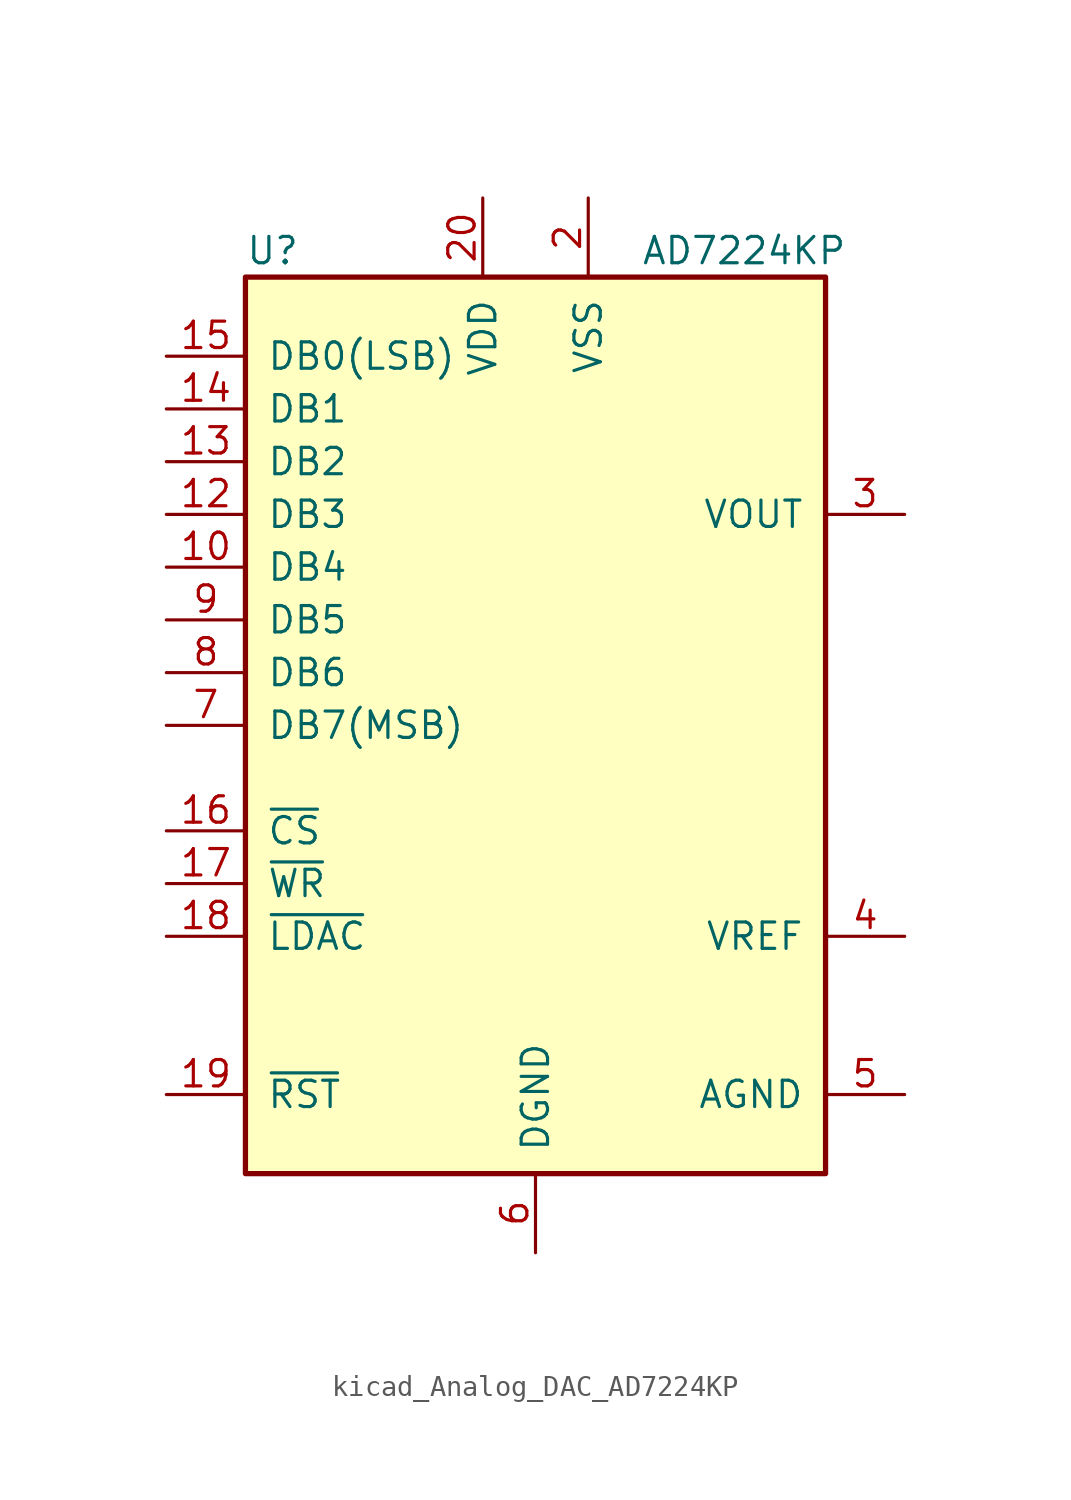
<source format=kicad_sym>
(kicad_symbol_lib
  (version 20220914)
  (generator kicad_symbol_editor)
  (symbol "kicad_Analog_DAC_AD7224KP"
    (pin_names
      (offset 1.016))
    (property "Reference" "U"
      (at -13.97 22.86 0)
      (effects (font (size 1.27 1.27)) (justify left)))
    (property "Value" "AD7224KP"
      (at 5.08 22.86 0)
      (effects (font (size 1.27 1.27)) (justify left)))
    (symbol "kicad_Analog_DAC_AD7224KP_1_1"
      (rectangle (start -13.97 -21.59) (end 13.97 21.59) (stroke (width 0.254) (type default)) (fill (type background)))
      (pin input line (at -17.78 7.62 0) (length 3.81) (name "DB4" (effects (font (size 1.27 1.27)))) (number "10" (effects (font (size 1.27 1.27)))))
      (pin input line (at -17.78 10.16 0) (length 3.81) (name "DB3" (effects (font (size 1.27 1.27)))) (number "12" (effects (font (size 1.27 1.27)))))
      (pin input line (at -17.78 12.7 0) (length 3.81) (name "DB2" (effects (font (size 1.27 1.27)))) (number "13" (effects (font (size 1.27 1.27)))))
      (pin input line (at -17.78 15.24 0) (length 3.81) (name "DB1" (effects (font (size 1.27 1.27)))) (number "14" (effects (font (size 1.27 1.27)))))
      (pin input line (at -17.78 17.78 0) (length 3.81) (name "DB0(LSB)" (effects (font (size 1.27 1.27)))) (number "15" (effects (font (size 1.27 1.27)))))
      (pin input line (at -17.78 -5.08 0) (length 3.81) (name "~{CS}" (effects (font (size 1.27 1.27)))) (number "16" (effects (font (size 1.27 1.27)))))
      (pin input line (at -17.78 -7.62 0) (length 3.81) (name "~{WR}" (effects (font (size 1.27 1.27)))) (number "17" (effects (font (size 1.27 1.27)))))
      (pin input line (at -17.78 -10.16 0) (length 3.81) (name "~{LDAC}" (effects (font (size 1.27 1.27)))) (number "18" (effects (font (size 1.27 1.27)))))
      (pin input line (at -17.78 -17.78 0) (length 3.81) (name "~{RST}" (effects (font (size 1.27 1.27)))) (number "19" (effects (font (size 1.27 1.27)))))
      (pin power_in line (at 2.54 25.4 270) (length 3.81) (name "VSS" (effects (font (size 1.27 1.27)))) (number "2" (effects (font (size 1.27 1.27)))))
      (pin power_in line (at -2.54 25.4 270) (length 3.81) (name "VDD" (effects (font (size 1.27 1.27)))) (number "20" (effects (font (size 1.27 1.27)))))
      (pin output line (at 17.78 10.16 180) (length 3.81) (name "VOUT" (effects (font (size 1.27 1.27)))) (number "3" (effects (font (size 1.27 1.27)))))
      (pin passive line (at 17.78 -10.16 180) (length 3.81) (name "VREF" (effects (font (size 1.27 1.27)))) (number "4" (effects (font (size 1.27 1.27)))))
      (pin passive line (at 17.78 -17.78 180) (length 3.81) (name "AGND" (effects (font (size 1.27 1.27)))) (number "5" (effects (font (size 1.27 1.27)))))
      (pin power_in line (at 0 -25.4 90) (length 3.81) (name "DGND" (effects (font (size 1.27 1.27)))) (number "6" (effects (font (size 1.27 1.27)))))
      (pin input line (at -17.78 0 0) (length 3.81) (name "DB7(MSB)" (effects (font (size 1.27 1.27)))) (number "7" (effects (font (size 1.27 1.27)))))
      (pin input line (at -17.78 2.54 0) (length 3.81) (name "DB6" (effects (font (size 1.27 1.27)))) (number "8" (effects (font (size 1.27 1.27)))))
      (pin input line (at -17.78 5.08 0) (length 3.81) (name "DB5" (effects (font (size 1.27 1.27)))) (number "9" (effects (font (size 1.27 1.27))))))))
</source>
